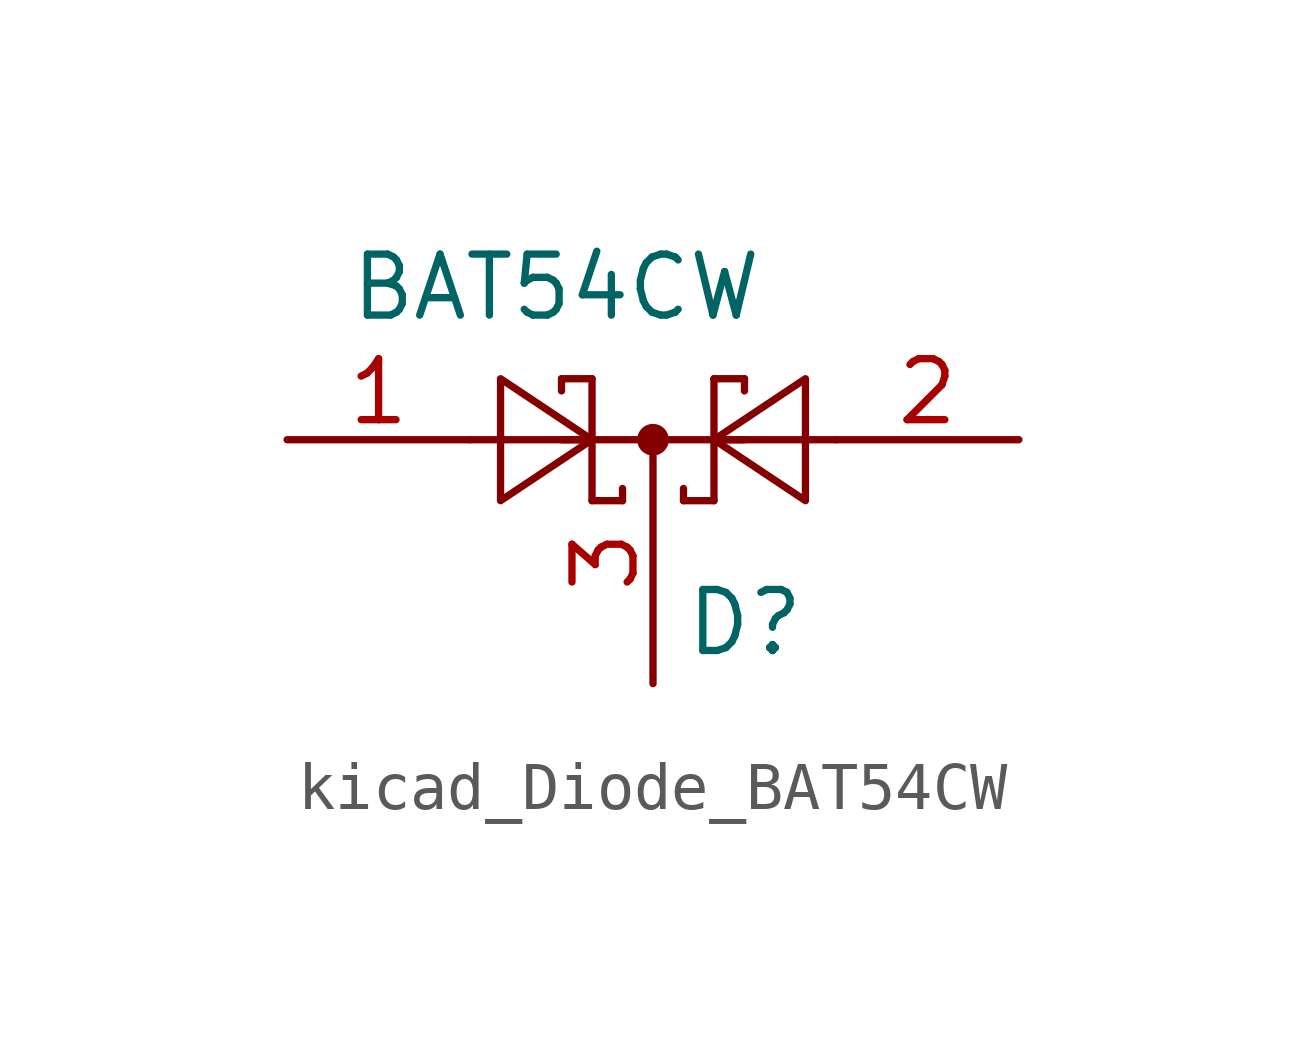
<source format=kicad_sym>
(kicad_symbol_lib
  (version 20220914)
  (generator kicad_symbol_editor)
  (symbol "kicad_Diode_BAT54CW"
    (pin_names
      (offset 1.016))
    (property "Reference" "D"
      (at 0.635 -3.81 0)
      (effects (font (size 1.27 1.27)) (justify left)))
    (property "Value" "BAT54CW"
      (at -6.35 3.175 0)
      (effects (font (size 1.27 1.27)) (justify left)))
    (symbol "kicad_Diode_BAT54CW_0_1"
      (polyline (pts (xy -1.905 0) (xy 1.905 0)) (stroke (width 0) (type default)) (fill (type none)))
      (polyline (pts (xy -1.905 1.27) (xy -1.905 1.016)) (stroke (width 0) (type default)) (fill (type none)))
      (polyline (pts (xy -1.27 -1.27) (xy -0.635 -1.27)) (stroke (width 0) (type default)) (fill (type none)))
      (polyline (pts (xy -1.27 0) (xy -3.81 0)) (stroke (width 0) (type default)) (fill (type none)))
      (polyline (pts (xy -1.27 1.27) (xy -1.905 1.27)) (stroke (width 0) (type default)) (fill (type none)))
      (polyline (pts (xy -1.27 1.27) (xy -1.27 -1.27)) (stroke (width 0) (type default)) (fill (type none)))
      (polyline (pts (xy -0.635 -1.27) (xy -0.635 -1.016)) (stroke (width 0) (type default)) (fill (type none)))
      (polyline (pts (xy 0.635 -1.27) (xy 0.635 -1.016)) (stroke (width 0) (type default)) (fill (type none)))
      (polyline (pts (xy 1.27 -1.27) (xy 0.635 -1.27)) (stroke (width 0) (type default)) (fill (type none)))
      (polyline (pts (xy 1.27 1.27) (xy 1.27 -1.27)) (stroke (width 0) (type default)) (fill (type none)))
      (polyline (pts (xy 1.27 1.27) (xy 1.905 1.27)) (stroke (width 0) (type default)) (fill (type none)))
      (polyline (pts (xy 1.905 1.27) (xy 1.905 1.016)) (stroke (width 0) (type default)) (fill (type none)))
      (polyline (pts (xy 3.81 0) (xy 1.27 0)) (stroke (width 0) (type default)) (fill (type none)))
      (polyline (pts (xy -3.175 -1.27) (xy -3.175 1.27) (xy -1.27 0) (xy -3.175 -1.27)) (stroke (width 0) (type default)) (fill (type none)))
      (polyline (pts (xy 3.175 -1.27) (xy 3.175 1.27) (xy 1.27 0) (xy 3.175 -1.27)) (stroke (width 0) (type default)) (fill (type none)))
      (circle (center 0 0) (radius 0.254) (stroke (width 0) (type default)) (fill (type outline))))
    (symbol "kicad_Diode_BAT54CW_1_1"
      (pin passive line (at -7.62 0 0) (length 3.81) (name "~" (effects (font (size 1.27 1.27)))) (number "1" (effects (font (size 1.27 1.27)))))
      (pin passive line (at 7.62 0 180) (length 3.81) (name "~" (effects (font (size 1.27 1.27)))) (number "2" (effects (font (size 1.27 1.27)))))
      (pin passive line (at 0 -5.08 90) (length 5.08) (name "~" (effects (font (size 1.27 1.27)))) (number "3" (effects (font (size 1.27 1.27))))))))
</source>
